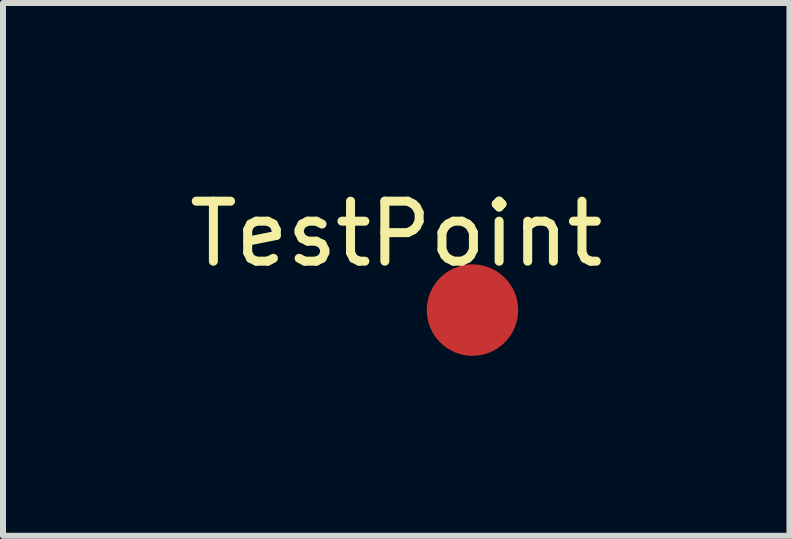
<source format=kicad_pcb>
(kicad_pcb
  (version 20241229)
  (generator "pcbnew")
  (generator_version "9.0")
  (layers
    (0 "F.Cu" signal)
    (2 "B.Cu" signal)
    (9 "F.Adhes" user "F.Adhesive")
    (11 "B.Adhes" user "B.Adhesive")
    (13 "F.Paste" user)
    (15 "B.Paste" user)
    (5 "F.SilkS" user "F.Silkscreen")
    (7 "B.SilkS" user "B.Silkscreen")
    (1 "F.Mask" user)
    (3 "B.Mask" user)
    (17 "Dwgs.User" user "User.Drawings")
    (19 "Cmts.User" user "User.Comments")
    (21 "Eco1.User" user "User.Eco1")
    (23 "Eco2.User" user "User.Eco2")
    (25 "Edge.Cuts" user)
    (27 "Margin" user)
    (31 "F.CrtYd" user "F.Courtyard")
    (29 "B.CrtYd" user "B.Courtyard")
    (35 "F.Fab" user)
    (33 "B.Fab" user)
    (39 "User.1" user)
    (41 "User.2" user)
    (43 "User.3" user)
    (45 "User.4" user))
  (footprint "TestPoint"
    (layer "F.Cu")
    (at 4.824 2.118)
    (property "Reference" "TestPoint" (at -1.27 -1.27 0) (layer "F.SilkS") (effects (font (size 1 1) (thickness 0.15))))
    (attr through_hole)
    (pad "1" smd circle (at 0 0) (size 1.524 1.524) (layers "F.Cu" "F.Mask" "F.Paste")))
  (gr_rect
    (start -3 -3)
    (end 10.107 5.88)
    (stroke (width 0.1) (type default))
    (fill no)
    (layer "Edge.Cuts")))
</source>
